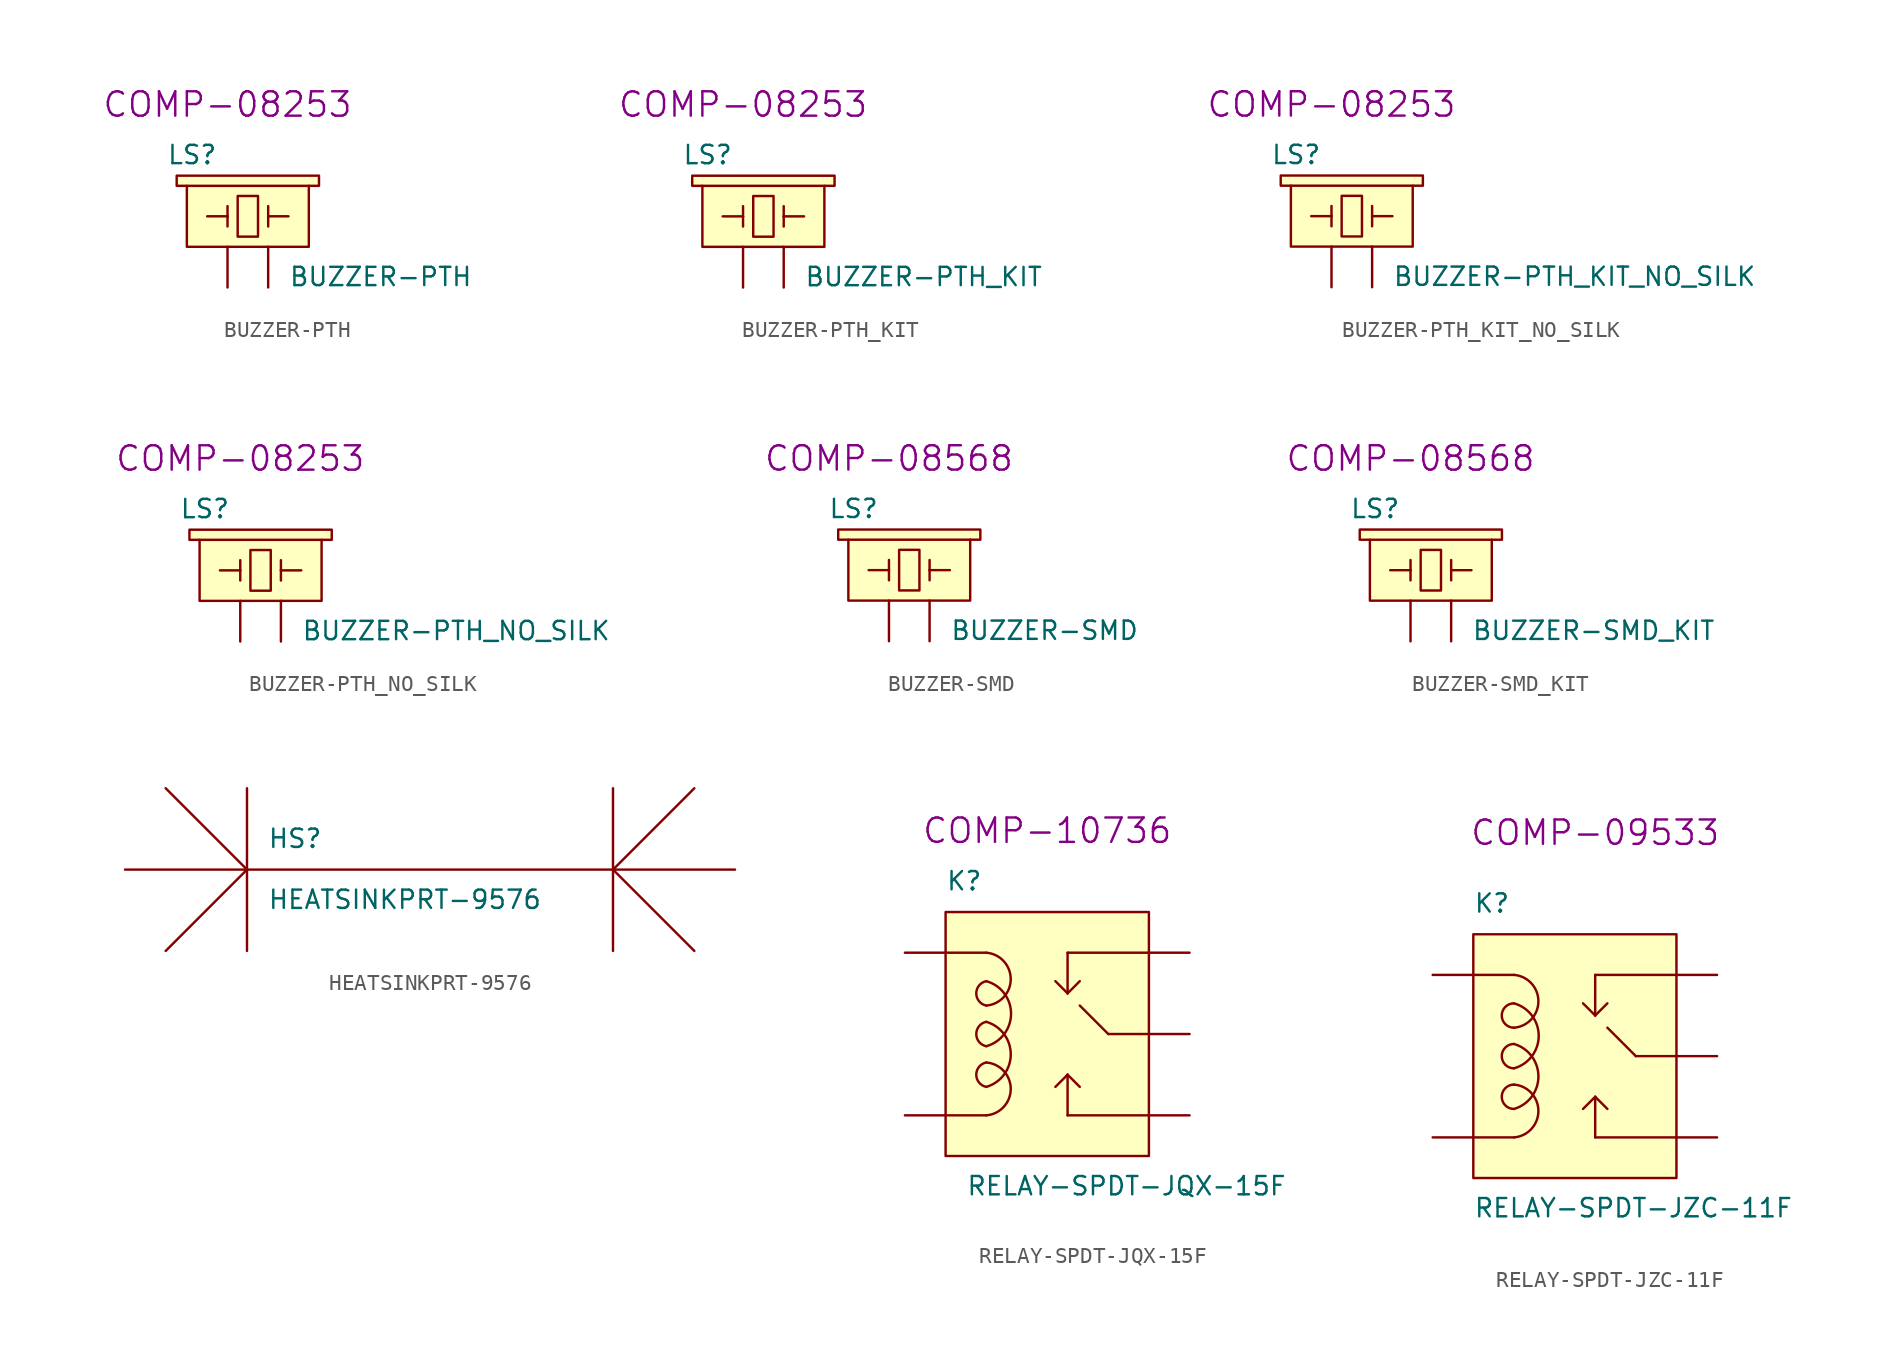
<source format=kicad_sym>
(kicad_symbol_lib
  (version 20220914)
  (generator kicad_symbol_editor)
  (symbol "BUZZER-PTH"
    (pin_numbers hide)
    (pin_names
      (offset 1.016) hide)
    (property "Reference" "LS"
      (at -3.81 5.08 0)
      (effects (font (size 1.143 1.143)) (justify left bottom)))
    (property "Value" "BUZZER-PTH"
      (at 3.81 -2.54 0)
      (effects (font (size 1.143 1.143)) (justify left bottom)))
    (property "Field4" "COMP-08253"
      (at 0 8.89 0)
      (effects (font (size 1.524 1.524))))
    (property "ki_locked" ""
      (at 0 0 0)
      (effects (font (size 1.27 1.27))))
    (symbol "BUZZER-PTH_1_0"
      (polyline (pts (xy -2.54 3.81) (xy 5.08 3.81)) (stroke (width 0) (type solid)) (fill (type none)))
      (polyline (pts (xy -1.27 1.905) (xy 0 1.905)) (stroke (width 0) (type solid)) (fill (type none)))
      (polyline (pts (xy 0 1.905) (xy 0 1.27)) (stroke (width 0) (type solid)) (fill (type none)))
      (polyline (pts (xy 0 1.905) (xy 0 2.54)) (stroke (width 0) (type solid)) (fill (type none)))
      (polyline (pts (xy 2.54 1.905) (xy 2.54 1.27)) (stroke (width 0) (type solid)) (fill (type none)))
      (polyline (pts (xy 2.54 1.905) (xy 3.81 1.905)) (stroke (width 0) (type solid)) (fill (type none)))
      (polyline (pts (xy 2.54 2.54) (xy 2.54 1.905)) (stroke (width 0) (type solid)) (fill (type none))))
    (symbol "BUZZER-PTH_1_1"
      (polyline (pts (xy 0.635 3.175) (xy 0.635 0.635) (xy 1.905 0.635) (xy 1.905 3.175) (xy 0.635 3.175)) (stroke (width 0) (type solid)) (fill (type background)))
      (polyline (pts (xy 5.08 0) (xy 5.08 3.81) (xy 5.715 3.81) (xy 5.715 4.445) (xy -3.175 4.445) (xy -3.175 3.81) (xy -2.54 3.81) (xy -2.54 0) (xy 5.08 0)) (stroke (width 0) (type solid)) (fill (type background)))
      (pin passive line (at 0 -2.54 90) (length 2.54) (name "1" (effects (font (size 1.016 1.016)))) (number "+" (effects (font (size 1.016 1.016)))))
      (pin passive line (at 2.54 -2.54 90) (length 2.54) (name "2" (effects (font (size 1.016 1.016)))) (number "-" (effects (font (size 1.016 1.016)))))))
  (symbol "BUZZER-PTH_KIT"
    (pin_numbers hide)
    (pin_names
      (offset 1.016) hide)
    (property "Reference" "LS"
      (at -3.81 5.08 0)
      (effects (font (size 1.143 1.143)) (justify left bottom)))
    (property "Value" "BUZZER-PTH_KIT"
      (at 3.81 -2.54 0)
      (effects (font (size 1.143 1.143)) (justify left bottom)))
    (property "Field4" "COMP-08253"
      (at 0 8.89 0)
      (effects (font (size 1.524 1.524))))
    (property "ki_locked" ""
      (at 0 0 0)
      (effects (font (size 1.27 1.27))))
    (symbol "BUZZER-PTH_KIT_1_0"
      (polyline (pts (xy -2.54 3.81) (xy 5.08 3.81)) (stroke (width 0) (type solid)) (fill (type none)))
      (polyline (pts (xy -1.27 1.905) (xy 0 1.905)) (stroke (width 0) (type solid)) (fill (type none)))
      (polyline (pts (xy 0 1.905) (xy 0 1.27)) (stroke (width 0) (type solid)) (fill (type none)))
      (polyline (pts (xy 0 1.905) (xy 0 2.54)) (stroke (width 0) (type solid)) (fill (type none)))
      (polyline (pts (xy 2.54 1.905) (xy 2.54 1.27)) (stroke (width 0) (type solid)) (fill (type none)))
      (polyline (pts (xy 2.54 1.905) (xy 3.81 1.905)) (stroke (width 0) (type solid)) (fill (type none)))
      (polyline (pts (xy 2.54 2.54) (xy 2.54 1.905)) (stroke (width 0) (type solid)) (fill (type none))))
    (symbol "BUZZER-PTH_KIT_1_1"
      (polyline (pts (xy 0.635 3.175) (xy 0.635 0.635) (xy 1.905 0.635) (xy 1.905 3.175) (xy 0.635 3.175)) (stroke (width 0) (type solid)) (fill (type background)))
      (polyline (pts (xy 5.08 0) (xy 5.08 3.81) (xy 5.715 3.81) (xy 5.715 4.445) (xy -3.175 4.445) (xy -3.175 3.81) (xy -2.54 3.81) (xy -2.54 0) (xy 5.08 0)) (stroke (width 0) (type solid)) (fill (type background)))
      (pin passive line (at 0 -2.54 90) (length 2.54) (name "1" (effects (font (size 1.016 1.016)))) (number "+" (effects (font (size 1.016 1.016)))))
      (pin passive line (at 2.54 -2.54 90) (length 2.54) (name "2" (effects (font (size 1.016 1.016)))) (number "-" (effects (font (size 1.016 1.016)))))))
  (symbol "BUZZER-PTH_KIT_NO_SILK"
    (pin_numbers hide)
    (pin_names
      (offset 1.016) hide)
    (property "Reference" "LS"
      (at -3.81 5.08 0)
      (effects (font (size 1.143 1.143)) (justify left bottom)))
    (property "Value" "BUZZER-PTH_KIT_NO_SILK"
      (at 3.81 -2.54 0)
      (effects (font (size 1.143 1.143)) (justify left bottom)))
    (property "Field4" "COMP-08253"
      (at 0 8.89 0)
      (effects (font (size 1.524 1.524))))
    (property "ki_locked" ""
      (at 0 0 0)
      (effects (font (size 1.27 1.27))))
    (symbol "BUZZER-PTH_KIT_NO_SILK_1_0"
      (polyline (pts (xy -2.54 3.81) (xy 5.08 3.81)) (stroke (width 0) (type solid)) (fill (type none)))
      (polyline (pts (xy -1.27 1.905) (xy 0 1.905)) (stroke (width 0) (type solid)) (fill (type none)))
      (polyline (pts (xy 0 1.905) (xy 0 1.27)) (stroke (width 0) (type solid)) (fill (type none)))
      (polyline (pts (xy 0 1.905) (xy 0 2.54)) (stroke (width 0) (type solid)) (fill (type none)))
      (polyline (pts (xy 2.54 1.905) (xy 2.54 1.27)) (stroke (width 0) (type solid)) (fill (type none)))
      (polyline (pts (xy 2.54 1.905) (xy 3.81 1.905)) (stroke (width 0) (type solid)) (fill (type none)))
      (polyline (pts (xy 2.54 2.54) (xy 2.54 1.905)) (stroke (width 0) (type solid)) (fill (type none))))
    (symbol "BUZZER-PTH_KIT_NO_SILK_1_1"
      (polyline (pts (xy 0.635 3.175) (xy 0.635 0.635) (xy 1.905 0.635) (xy 1.905 3.175) (xy 0.635 3.175)) (stroke (width 0) (type solid)) (fill (type background)))
      (polyline (pts (xy 5.08 0) (xy 5.08 3.81) (xy 5.715 3.81) (xy 5.715 4.445) (xy -3.175 4.445) (xy -3.175 3.81) (xy -2.54 3.81) (xy -2.54 0) (xy 5.08 0)) (stroke (width 0) (type solid)) (fill (type background)))
      (pin passive line (at 0 -2.54 90) (length 2.54) (name "1" (effects (font (size 1.016 1.016)))) (number "+" (effects (font (size 1.016 1.016)))))
      (pin passive line (at 2.54 -2.54 90) (length 2.54) (name "2" (effects (font (size 1.016 1.016)))) (number "-" (effects (font (size 1.016 1.016)))))))
  (symbol "BUZZER-PTH_NO_SILK"
    (pin_numbers hide)
    (pin_names
      (offset 1.016) hide)
    (property "Reference" "LS"
      (at -3.81 5.08 0)
      (effects (font (size 1.143 1.143)) (justify left bottom)))
    (property "Value" "BUZZER-PTH_NO_SILK"
      (at 3.81 -2.54 0)
      (effects (font (size 1.143 1.143)) (justify left bottom)))
    (property "Field4" "COMP-08253"
      (at 0 8.89 0)
      (effects (font (size 1.524 1.524))))
    (property "ki_locked" ""
      (at 0 0 0)
      (effects (font (size 1.27 1.27))))
    (symbol "BUZZER-PTH_NO_SILK_1_0"
      (polyline (pts (xy -2.54 3.81) (xy 5.08 3.81)) (stroke (width 0) (type solid)) (fill (type none)))
      (polyline (pts (xy -1.27 1.905) (xy 0 1.905)) (stroke (width 0) (type solid)) (fill (type none)))
      (polyline (pts (xy 0 1.905) (xy 0 1.27)) (stroke (width 0) (type solid)) (fill (type none)))
      (polyline (pts (xy 0 1.905) (xy 0 2.54)) (stroke (width 0) (type solid)) (fill (type none)))
      (polyline (pts (xy 2.54 1.905) (xy 2.54 1.27)) (stroke (width 0) (type solid)) (fill (type none)))
      (polyline (pts (xy 2.54 1.905) (xy 3.81 1.905)) (stroke (width 0) (type solid)) (fill (type none)))
      (polyline (pts (xy 2.54 2.54) (xy 2.54 1.905)) (stroke (width 0) (type solid)) (fill (type none))))
    (symbol "BUZZER-PTH_NO_SILK_1_1"
      (polyline (pts (xy 0.635 3.175) (xy 0.635 0.635) (xy 1.905 0.635) (xy 1.905 3.175) (xy 0.635 3.175)) (stroke (width 0) (type solid)) (fill (type background)))
      (polyline (pts (xy 5.08 0) (xy 5.08 3.81) (xy 5.715 3.81) (xy 5.715 4.445) (xy -3.175 4.445) (xy -3.175 3.81) (xy -2.54 3.81) (xy -2.54 0) (xy 5.08 0)) (stroke (width 0) (type solid)) (fill (type background)))
      (pin passive line (at 0 -2.54 90) (length 2.54) (name "1" (effects (font (size 1.016 1.016)))) (number "+" (effects (font (size 1.016 1.016)))))
      (pin passive line (at 2.54 -2.54 90) (length 2.54) (name "2" (effects (font (size 1.016 1.016)))) (number "-" (effects (font (size 1.016 1.016)))))))
  (symbol "BUZZER-SMD"
    (pin_numbers hide)
    (pin_names
      (offset 1.016) hide)
    (property "Reference" "LS"
      (at -3.81 5.08 0)
      (effects (font (size 1.143 1.143)) (justify left bottom)))
    (property "Value" "BUZZER-SMD"
      (at 3.81 -2.54 0)
      (effects (font (size 1.143 1.143)) (justify left bottom)))
    (property "Field4" "COMP-08568"
      (at 0 8.89 0)
      (effects (font (size 1.524 1.524))))
    (property "ki_locked" ""
      (at 0 0 0)
      (effects (font (size 1.27 1.27))))
    (symbol "BUZZER-SMD_1_0"
      (polyline (pts (xy -2.54 3.81) (xy 5.08 3.81)) (stroke (width 0) (type solid)) (fill (type none)))
      (polyline (pts (xy -1.27 1.905) (xy 0 1.905)) (stroke (width 0) (type solid)) (fill (type none)))
      (polyline (pts (xy 0 1.905) (xy 0 1.27)) (stroke (width 0) (type solid)) (fill (type none)))
      (polyline (pts (xy 0 1.905) (xy 0 2.54)) (stroke (width 0) (type solid)) (fill (type none)))
      (polyline (pts (xy 2.54 1.905) (xy 2.54 1.27)) (stroke (width 0) (type solid)) (fill (type none)))
      (polyline (pts (xy 2.54 1.905) (xy 3.81 1.905)) (stroke (width 0) (type solid)) (fill (type none)))
      (polyline (pts (xy 2.54 2.54) (xy 2.54 1.905)) (stroke (width 0) (type solid)) (fill (type none))))
    (symbol "BUZZER-SMD_1_1"
      (polyline (pts (xy 0.635 3.175) (xy 0.635 0.635) (xy 1.905 0.635) (xy 1.905 3.175) (xy 0.635 3.175)) (stroke (width 0) (type solid)) (fill (type background)))
      (polyline (pts (xy 5.08 0) (xy 5.08 3.81) (xy 5.715 3.81) (xy 5.715 4.445) (xy -3.175 4.445) (xy -3.175 3.81) (xy -2.54 3.81) (xy -2.54 0) (xy 5.08 0)) (stroke (width 0) (type solid)) (fill (type background)))
      (pin passive line (at 0 -2.54 90) (length 2.54) (name "1" (effects (font (size 1.016 1.016)))) (number "+" (effects (font (size 1.016 1.016)))))
      (pin passive line (at 2.54 -2.54 90) (length 2.54) (name "2" (effects (font (size 1.016 1.016)))) (number "-" (effects (font (size 1.016 1.016)))))))
  (symbol "BUZZER-SMD_KIT"
    (pin_numbers hide)
    (pin_names
      (offset 1.016) hide)
    (property "Reference" "LS"
      (at -3.81 5.08 0)
      (effects (font (size 1.143 1.143)) (justify left bottom)))
    (property "Value" "BUZZER-SMD_KIT"
      (at 3.81 -2.54 0)
      (effects (font (size 1.143 1.143)) (justify left bottom)))
    (property "Field4" "COMP-08568"
      (at 0 8.89 0)
      (effects (font (size 1.524 1.524))))
    (property "ki_locked" ""
      (at 0 0 0)
      (effects (font (size 1.27 1.27))))
    (symbol "BUZZER-SMD_KIT_1_0"
      (polyline (pts (xy -2.54 3.81) (xy 5.08 3.81)) (stroke (width 0) (type solid)) (fill (type none)))
      (polyline (pts (xy -1.27 1.905) (xy 0 1.905)) (stroke (width 0) (type solid)) (fill (type none)))
      (polyline (pts (xy 0 1.905) (xy 0 1.27)) (stroke (width 0) (type solid)) (fill (type none)))
      (polyline (pts (xy 0 1.905) (xy 0 2.54)) (stroke (width 0) (type solid)) (fill (type none)))
      (polyline (pts (xy 2.54 1.905) (xy 2.54 1.27)) (stroke (width 0) (type solid)) (fill (type none)))
      (polyline (pts (xy 2.54 1.905) (xy 3.81 1.905)) (stroke (width 0) (type solid)) (fill (type none)))
      (polyline (pts (xy 2.54 2.54) (xy 2.54 1.905)) (stroke (width 0) (type solid)) (fill (type none))))
    (symbol "BUZZER-SMD_KIT_1_1"
      (polyline (pts (xy 0.635 3.175) (xy 0.635 0.635) (xy 1.905 0.635) (xy 1.905 3.175) (xy 0.635 3.175)) (stroke (width 0) (type solid)) (fill (type background)))
      (polyline (pts (xy 5.08 0) (xy 5.08 3.81) (xy 5.715 3.81) (xy 5.715 4.445) (xy -3.175 4.445) (xy -3.175 3.81) (xy -2.54 3.81) (xy -2.54 0) (xy 5.08 0)) (stroke (width 0) (type solid)) (fill (type background)))
      (pin passive line (at 0 -2.54 90) (length 2.54) (name "1" (effects (font (size 1.016 1.016)))) (number "+" (effects (font (size 1.016 1.016)))))
      (pin passive line (at 2.54 -2.54 90) (length 2.54) (name "2" (effects (font (size 1.016 1.016)))) (number "-" (effects (font (size 1.016 1.016)))))))
  (symbol "HEATSINKPRT-9576"
    (pin_numbers hide)
    (pin_names
      (offset 1.016) hide)
    (property "Reference" "HS"
      (at -11.43 1.27 0)
      (effects (font (size 1.143 1.143)) (justify left bottom)))
    (property "Value" "HEATSINKPRT-9576"
      (at -11.43 -2.54 0)
      (effects (font (size 1.143 1.143)) (justify left bottom)))
    (property "ki_locked" ""
      (at 0 0 0)
      (effects (font (size 1.27 1.27))))
    (symbol "HEATSINKPRT-9576_1_0"
      (polyline (pts (xy -12.7 -5.08) (xy -12.7 0)) (stroke (width 0) (type solid)) (fill (type none)))
      (polyline (pts (xy -12.7 0) (xy -20.32 0)) (stroke (width 0) (type solid)) (fill (type none)))
      (polyline (pts (xy -12.7 0) (xy -17.78 -5.08)) (stroke (width 0) (type solid)) (fill (type none)))
      (polyline (pts (xy -12.7 0) (xy -17.78 5.08)) (stroke (width 0) (type solid)) (fill (type none)))
      (polyline (pts (xy -12.7 0) (xy -12.7 5.08)) (stroke (width 0) (type solid)) (fill (type none)))
      (polyline (pts (xy 10.16 0) (xy -12.7 0)) (stroke (width 0) (type solid)) (fill (type none)))
      (polyline (pts (xy 10.16 0) (xy 10.16 -5.08)) (stroke (width 0) (type solid)) (fill (type none)))
      (polyline (pts (xy 10.16 0) (xy 15.24 -5.08)) (stroke (width 0) (type solid)) (fill (type none)))
      (polyline (pts (xy 10.16 0) (xy 15.24 5.08)) (stroke (width 0) (type solid)) (fill (type none)))
      (polyline (pts (xy 10.16 0) (xy 17.78 0)) (stroke (width 0) (type solid)) (fill (type none)))
      (polyline (pts (xy 10.16 5.08) (xy 10.16 0)) (stroke (width 0) (type solid)) (fill (type none)))))
  (symbol "RELAY-SPDT-JQX-15F"
    (pin_numbers hide)
    (pin_names
      (offset 1.016) hide)
    (property "Reference" "K"
      (at -6.35 8.89 0)
      (effects (font (size 1.143 1.143)) (justify left bottom)))
    (property "Value" "RELAY-SPDT-JQX-15F"
      (at -5.08 -10.16 0)
      (effects (font (size 1.143 1.143)) (justify left bottom)))
    (property "Field4" "COMP-10736"
      (at 0 12.7 0)
      (effects (font (size 1.524 1.524))))
    (property "ki_locked" ""
      (at 0 0 0)
      (effects (font (size 1.27 1.27))))
    (symbol "RELAY-SPDT-JQX-15F_1_0"
      (polyline (pts (xy -6.35 -5.08) (xy -3.81 -5.08)) (stroke (width 0) (type solid)) (fill (type none)))
      (polyline (pts (xy -6.35 5.08) (xy -3.81 5.08)) (stroke (width 0) (type solid)) (fill (type none)))
      (polyline (pts (xy 1.27 -5.08) (xy 1.27 -2.54)) (stroke (width 0) (type solid)) (fill (type none)))
      (polyline (pts (xy 1.27 -2.54) (xy 0.508 -3.302)) (stroke (width 0) (type solid)) (fill (type none)))
      (polyline (pts (xy 1.27 -2.54) (xy 2.032 -3.302)) (stroke (width 0) (type solid)) (fill (type none)))
      (polyline (pts (xy 1.27 2.54) (xy 0.508 3.302)) (stroke (width 0) (type solid)) (fill (type none)))
      (polyline (pts (xy 1.27 2.54) (xy 2.032 3.302)) (stroke (width 0) (type solid)) (fill (type none)))
      (polyline (pts (xy 1.27 5.08) (xy 1.27 2.54)) (stroke (width 0) (type solid)) (fill (type none)))
      (polyline (pts (xy 3.81 0) (xy 2.032 1.778)) (stroke (width 0) (type solid)) (fill (type none)))
      (polyline (pts (xy 6.35 -5.08) (xy 1.27 -5.08)) (stroke (width 0) (type solid)) (fill (type none)))
      (polyline (pts (xy 6.35 0) (xy 3.81 0)) (stroke (width 0) (type solid)) (fill (type none)))
      (polyline (pts (xy 6.35 5.08) (xy 1.27 5.08)) (stroke (width 0) (type solid)) (fill (type none))))
    (symbol "RELAY-SPDT-JQX-15F_1_1"
      (arc (start -3.81 -5.08) (mid -2.2811 -3.429) (end -3.81 -1.778) (stroke (width 0) (type solid)) (fill (type none)))
      (arc (start -3.81 -3.302) (mid -2.2799 -1.27) (end -3.81 0.762) (stroke (width 0) (type solid)) (fill (type none)))
      (arc (start -3.81 -1.778) (mid -4.4347 -2.54) (end -3.81 -3.302) (stroke (width 0) (type solid)) (fill (type none)))
      (arc (start -3.81 -0.762) (mid -2.2614 1.27) (end -3.81 3.302) (stroke (width 0) (type solid)) (fill (type none)))
      (arc (start -3.81 0.762) (mid -4.4347 0) (end -3.81 -0.762) (stroke (width 0) (type solid)) (fill (type none)))
      (arc (start -3.81 1.778) (mid -2.2811 3.429) (end -3.81 5.08) (stroke (width 0) (type solid)) (fill (type none)))
      (arc (start -3.81 3.302) (mid -4.4347 2.54) (end -3.81 1.778) (stroke (width 0) (type solid)) (fill (type none)))
      (polyline (pts (xy 6.35 7.62) (xy 6.35 5.08) (xy 6.35 0) (xy 6.35 -5.08) (xy 6.35 -7.62) (xy -6.35 -7.62) (xy -6.35 -5.08) (xy -6.35 5.08) (xy -6.35 7.62) (xy 6.35 7.62)) (stroke (width 0) (type solid)) (fill (type background)))
      (pin bidirectional line (at -8.89 5.08 0) (length 2.54) (name "COIL1" (effects (font (size 1.016 1.016)))) (number "COIL" (effects (font (size 1.016 1.016)))))
      (pin bidirectional line (at -8.89 -5.08 0) (length 2.54) (name "COIL2" (effects (font (size 1.016 1.016)))) (number "COIL" (effects (font (size 1.016 1.016)))))
      (pin bidirectional line (at 8.89 0 180) (length 2.54) (name "MAIN" (effects (font (size 1.016 1.016)))) (number "MAIN" (effects (font (size 1.016 1.016)))))
      (pin bidirectional line (at 8.89 5.08 180) (length 2.54) (name "NC" (effects (font (size 1.016 1.016)))) (number "NC" (effects (font (size 1.016 1.016)))))
      (pin bidirectional line (at 8.89 -5.08 180) (length 2.54) (name "NO" (effects (font (size 1.016 1.016)))) (number "NO" (effects (font (size 1.016 1.016)))))))
  (symbol "RELAY-SPDT-JZC-11F"
    (pin_numbers hide)
    (pin_names
      (offset 1.016) hide)
    (property "Reference" "K"
      (at -7.62 8.89 0)
      (effects (font (size 1.143 1.143)) (justify left bottom)))
    (property "Value" "RELAY-SPDT-JZC-11F"
      (at -7.62 -10.16 0)
      (effects (font (size 1.143 1.143)) (justify left bottom)))
    (property "Field4" "COMP-09533"
      (at 0 13.97 0)
      (effects (font (size 1.524 1.524))))
    (property "ki_locked" ""
      (at 0 0 0)
      (effects (font (size 1.27 1.27))))
    (symbol "RELAY-SPDT-JZC-11F_1_0"
      (polyline (pts (xy -7.62 -5.08) (xy -5.08 -5.08)) (stroke (width 0) (type solid)) (fill (type none)))
      (polyline (pts (xy -7.62 5.08) (xy -5.08 5.08)) (stroke (width 0) (type solid)) (fill (type none)))
      (polyline (pts (xy 0 -5.08) (xy 0 -2.54)) (stroke (width 0) (type solid)) (fill (type none)))
      (polyline (pts (xy 0 -2.54) (xy -0.762 -3.302)) (stroke (width 0) (type solid)) (fill (type none)))
      (polyline (pts (xy 0 -2.54) (xy 0.762 -3.302)) (stroke (width 0) (type solid)) (fill (type none)))
      (polyline (pts (xy 0 2.54) (xy -0.762 3.302)) (stroke (width 0) (type solid)) (fill (type none)))
      (polyline (pts (xy 0 2.54) (xy 0.762 3.302)) (stroke (width 0) (type solid)) (fill (type none)))
      (polyline (pts (xy 0 5.08) (xy 0 2.54)) (stroke (width 0) (type solid)) (fill (type none)))
      (polyline (pts (xy 2.54 0) (xy 0.762 1.778)) (stroke (width 0) (type solid)) (fill (type none)))
      (polyline (pts (xy 5.08 -5.08) (xy 0 -5.08)) (stroke (width 0) (type solid)) (fill (type none)))
      (polyline (pts (xy 5.08 0) (xy 2.54 0)) (stroke (width 0) (type solid)) (fill (type none)))
      (polyline (pts (xy 5.08 5.08) (xy 0 5.08)) (stroke (width 0) (type solid)) (fill (type none))))
    (symbol "RELAY-SPDT-JZC-11F_1_1"
      (arc (start -5.08 -5.08) (mid -3.5511 -3.429) (end -5.08 -1.778) (stroke (width 0) (type solid)) (fill (type none)))
      (arc (start -5.08 -3.302) (mid -3.5499 -1.27) (end -5.08 0.762) (stroke (width 0) (type solid)) (fill (type none)))
      (arc (start -5.08 -1.778) (mid -5.8387 -2.54) (end -5.08 -3.302) (stroke (width 0) (type solid)) (fill (type none)))
      (arc (start -5.08 -0.762) (mid -3.5314 1.27) (end -5.08 3.302) (stroke (width 0) (type solid)) (fill (type none)))
      (arc (start -5.08 0.762) (mid -5.8387 0) (end -5.08 -0.762) (stroke (width 0) (type solid)) (fill (type none)))
      (arc (start -5.08 1.778) (mid -3.5511 3.429) (end -5.08 5.08) (stroke (width 0) (type solid)) (fill (type none)))
      (arc (start -5.08 3.302) (mid -5.8387 2.54) (end -5.08 1.778) (stroke (width 0) (type solid)) (fill (type none)))
      (polyline (pts (xy 5.08 7.62) (xy 5.08 5.08) (xy 5.08 0) (xy 5.08 -5.08) (xy 5.08 -7.62) (xy -7.62 -7.62) (xy -7.62 -5.08) (xy -7.62 5.08) (xy -7.62 7.62) (xy 5.08 7.62)) (stroke (width 0) (type solid)) (fill (type background)))
      (pin bidirectional line (at -10.16 -5.08 0) (length 2.54) (name "COIL2" (effects (font (size 1.016 1.016)))) (number "1" (effects (font (size 1.016 1.016)))))
      (pin bidirectional line (at 7.62 5.08 180) (length 2.54) (name "NC" (effects (font (size 1.016 1.016)))) (number "2" (effects (font (size 1.016 1.016)))))
      (pin bidirectional line (at 7.62 -5.08 180) (length 2.54) (name "NO" (effects (font (size 1.016 1.016)))) (number "3" (effects (font (size 1.016 1.016)))))
      (pin bidirectional line (at 7.62 0 180) (length 2.54) (name "MAIN" (effects (font (size 1.016 1.016)))) (number "4" (effects (font (size 1.016 1.016)))))
      (pin bidirectional line (at -10.16 5.08 0) (length 2.54) (name "COIL1" (effects (font (size 1.016 1.016)))) (number "5" (effects (font (size 1.016 1.016))))))))
</source>
